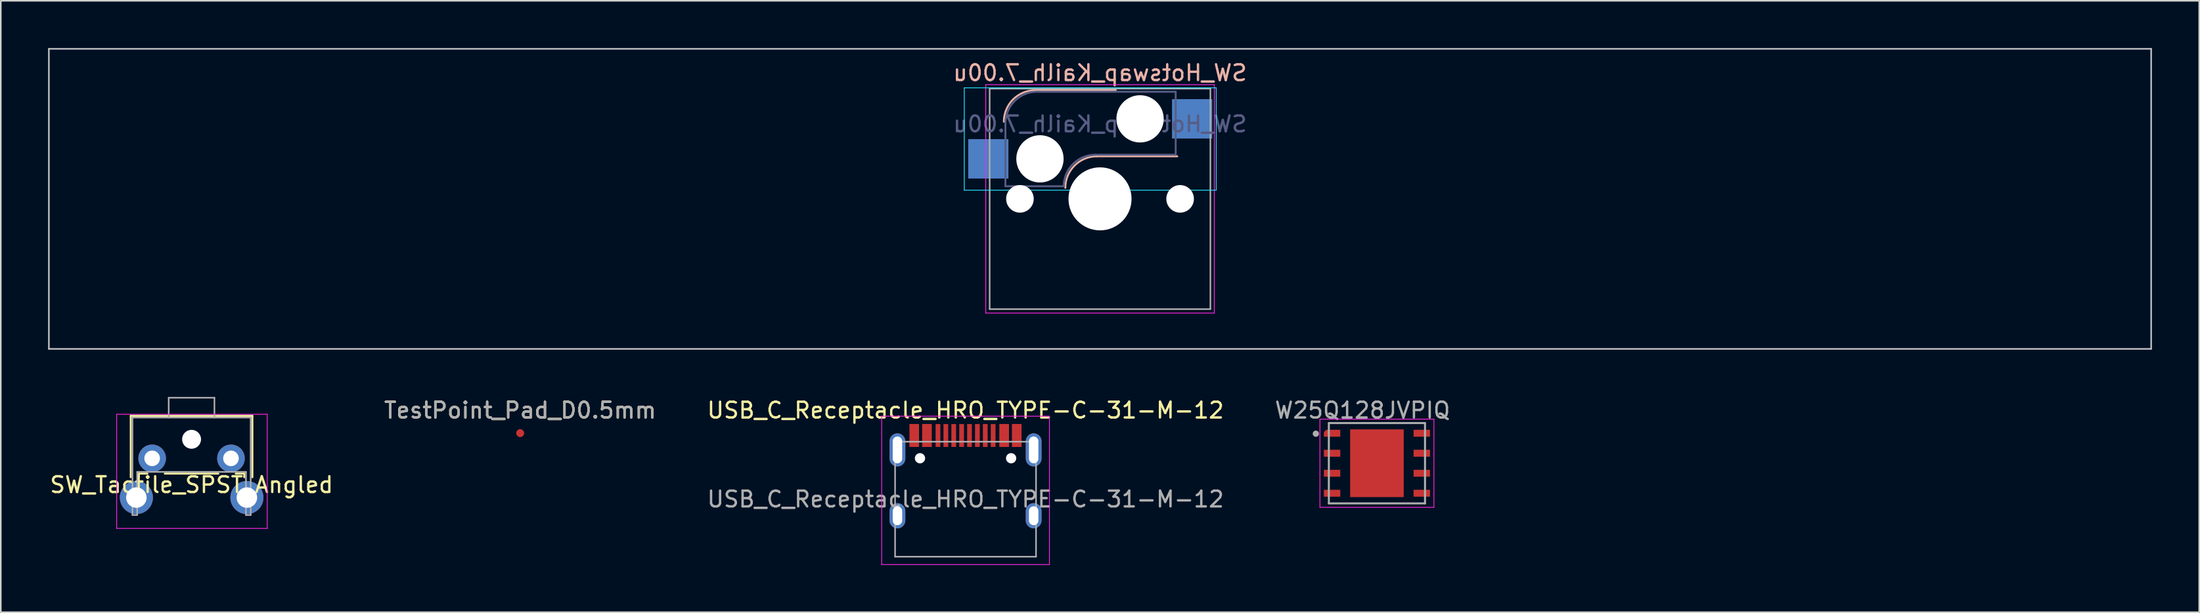
<source format=kicad_pcb>
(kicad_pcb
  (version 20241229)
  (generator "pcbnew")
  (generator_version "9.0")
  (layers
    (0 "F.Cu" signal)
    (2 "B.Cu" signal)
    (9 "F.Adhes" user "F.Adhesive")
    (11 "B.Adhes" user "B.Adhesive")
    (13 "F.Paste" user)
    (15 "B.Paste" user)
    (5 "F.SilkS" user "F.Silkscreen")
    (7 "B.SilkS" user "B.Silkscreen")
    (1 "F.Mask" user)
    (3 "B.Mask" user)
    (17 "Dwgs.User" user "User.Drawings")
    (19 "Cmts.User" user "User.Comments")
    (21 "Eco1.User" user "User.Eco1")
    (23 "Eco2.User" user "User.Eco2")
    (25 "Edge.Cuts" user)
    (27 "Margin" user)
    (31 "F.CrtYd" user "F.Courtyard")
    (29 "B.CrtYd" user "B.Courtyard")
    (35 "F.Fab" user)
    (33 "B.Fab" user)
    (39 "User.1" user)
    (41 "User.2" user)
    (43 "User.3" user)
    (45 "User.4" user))
  (footprint "TestPoint_Pad_D0.5mm"
    (layer "F.Cu")
    (at 29.946 24.448)
    (property "Reference" "TestPoint_Pad_D0.5mm" (at 0 -1.448 0) (layer "F.SilkS") (effects (font (size 1 1) (thickness 0.15))))
    (attr exclude_from_pos_files exclude_from_bom)
    (fp_text user "${REFERENCE}" (at 0 -1.45 0) (layer "F.Fab") (effects (font (size 1 1) (thickness 0.15))))
    (pad "1" smd circle (at 0 0) (size 0.5 0.5) (layers "F.Cu" "F.Mask")))
  (footprint "W25Q128JVPIQ"
    (layer "F.Cu")
    (at 84.29 26.36)
    (property "Reference" "W25Q128JVPIQ" (at -0.915 -3.362 0) (layer "F.Fab") (effects (font (size 1 1) (thickness 0.15))))
    (attr smd)
    (fp_poly (pts (xy -1.08 -1.36) (xy 1.08 -1.36) (xy 1.08 1.36) (xy -1.08 1.36)) (stroke (width 0.01) (type solid)) (fill yes) (layer "F.Paste"))
    (fp_line (start -3.615 -2.8) (end -3.615 2.8) (stroke (width 0.05) (type solid)) (layer "F.CrtYd"))
    (fp_line (start -3.615 -2.8) (end 3.615 -2.8) (stroke (width 0.05) (type solid)) (layer "F.CrtYd"))
    (fp_line (start -3.615 2.8) (end 3.615 2.8) (stroke (width 0.05) (type solid)) (layer "F.CrtYd"))
    (fp_line (start 3.615 -2.8) (end 3.615 2.8) (stroke (width 0.05) (type solid)) (layer "F.CrtYd"))
    (fp_line (start -3.05 -2.55) (end -3.05 2.55) (stroke (width 0.127) (type solid)) (layer "F.Fab"))
    (fp_line (start -3.05 -2.55) (end 3.05 -2.55) (stroke (width 0.127) (type solid)) (layer "F.Fab"))
    (fp_line (start -3.05 2.55) (end 3.05 2.55) (stroke (width 0.127) (type solid)) (layer "F.Fab"))
    (fp_line (start 3.05 -2.55) (end 3.05 2.55) (stroke (width 0.127) (type solid)) (layer "F.Fab"))
    (fp_circle (center -3.875 -1.875) (end -3.775 -1.875) (stroke (width 0.2) (type solid)) (fill no) (layer "F.Fab"))
    (pad "1" smd roundrect (at -2.845 -1.905) (size 1.04 0.44) (layers "F.Cu" "F.Mask" "F.Paste") (roundrect_rratio 0.06) (chamfer_ratio 0.35) (chamfer top_left))
    (pad "2" smd roundrect (at -2.845 -0.635) (size 1.04 0.44) (layers "F.Cu" "F.Mask" "F.Paste") (roundrect_rratio 0.06))
    (pad "3" smd roundrect (at -2.845 0.635) (size 1.04 0.44) (layers "F.Cu" "F.Mask" "F.Paste") (roundrect_rratio 0.06))
    (pad "4" smd roundrect (at -2.845 1.905) (size 1.04 0.44) (layers "F.Cu" "F.Mask" "F.Paste") (roundrect_rratio 0.06))
    (pad "5" smd roundrect (at 2.845 1.905) (size 1.04 0.44) (layers "F.Cu" "F.Mask" "F.Paste") (roundrect_rratio 0.06))
    (pad "6" smd roundrect (at 2.845 0.635) (size 1.04 0.44) (layers "F.Cu" "F.Mask" "F.Paste") (roundrect_rratio 0.06))
    (pad "7" smd roundrect (at 2.845 -0.635) (size 1.04 0.44) (layers "F.Cu" "F.Mask" "F.Paste") (roundrect_rratio 0.06))
    (pad "8" smd roundrect (at 2.845 -1.905) (size 1.04 0.44) (layers "F.Cu" "F.Mask" "F.Paste") (roundrect_rratio 0.06))
    (pad "9" smd rect (at 0 0) (size 3.4 4.3) (layers "F.Cu" "F.Mask")))
  (footprint "USB_C_Receptacle_HRO_TYPE-C-31-M-12"
    (layer "F.Cu")
    (at 58.196 28.643)
    (property "Reference" "USB_C_Receptacle_HRO_TYPE-C-31-M-12" (at 0 -5.645 180) (layer "F.SilkS") (effects (font (size 1 1) (thickness 0.15))))
    (attr smd)
    (fp_line (start -5.32 -5.27) (end -5.32 4.15) (stroke (width 0.05) (type solid)) (layer "F.CrtYd"))
    (fp_line (start -5.32 -5.27) (end 5.32 -5.27) (stroke (width 0.05) (type solid)) (layer "F.CrtYd"))
    (fp_line (start -5.32 4.15) (end 5.32 4.15) (stroke (width 0.05) (type solid)) (layer "F.CrtYd"))
    (fp_line (start 5.32 -5.27) (end 5.32 4.15) (stroke (width 0.05) (type solid)) (layer "F.CrtYd"))
    (fp_line (start -4.47 -3.65) (end -4.47 3.65) (stroke (width 0.1) (type solid)) (layer "F.Fab"))
    (fp_line (start -4.47 -3.65) (end 4.47 -3.65) (stroke (width 0.1) (type solid)) (layer "F.Fab"))
    (fp_line (start -4.47 3.65) (end 4.47 3.65) (stroke (width 0.1) (type solid)) (layer "F.Fab"))
    (fp_line (start 4.47 -3.65) (end 4.47 3.65) (stroke (width 0.1) (type solid)) (layer "F.Fab"))
    (fp_text user "${REFERENCE}" (at 0 0 180) (layer "F.Fab") (effects (font (size 1 1) (thickness 0.15))))
    (pad "" np_thru_hole circle (at -2.89 -2.6) (size 0.65 0.65) (drill 0.65) (layers "*.Cu" "*.Mask"))
    (pad "" np_thru_hole circle (at 2.89 -2.6) (size 0.65 0.65) (drill 0.65) (layers "*.Cu" "*.Mask"))
    (pad "A1" smd rect (at -3.25 -4.045) (size 0.6 1.45) (layers "F.Cu" "F.Mask" "F.Paste"))
    (pad "A4" smd rect (at -2.45 -4.045) (size 0.6 1.45) (layers "F.Cu" "F.Mask" "F.Paste"))
    (pad "A5" smd rect (at -1.25 -4.045) (size 0.3 1.45) (layers "F.Cu" "F.Mask" "F.Paste"))
    (pad "A6" smd rect (at -0.25 -4.045) (size 0.3 1.45) (layers "F.Cu" "F.Mask" "F.Paste"))
    (pad "A7" smd rect (at 0.25 -4.045) (size 0.3 1.45) (layers "F.Cu" "F.Mask" "F.Paste"))
    (pad "A8" smd rect (at 1.25 -4.045) (size 0.3 1.45) (layers "F.Cu" "F.Mask" "F.Paste"))
    (pad "A9" smd rect (at 2.45 -4.045) (size 0.6 1.45) (layers "F.Cu" "F.Mask" "F.Paste"))
    (pad "A12" smd rect (at 3.25 -4.045) (size 0.6 1.45) (layers "F.Cu" "F.Mask" "F.Paste"))
    (pad "B1" smd rect (at 3.25 -4.045) (size 0.6 1.45) (layers "F.Cu" "F.Mask" "F.Paste"))
    (pad "B4" smd rect (at 2.45 -4.045) (size 0.6 1.45) (layers "F.Cu" "F.Mask" "F.Paste"))
    (pad "B5" smd rect (at 1.75 -4.045) (size 0.3 1.45) (layers "F.Cu" "F.Mask" "F.Paste"))
    (pad "B6" smd rect (at 0.75 -4.045) (size 0.3 1.45) (layers "F.Cu" "F.Mask" "F.Paste"))
    (pad "B7" smd rect (at -0.75 -4.045) (size 0.3 1.45) (layers "F.Cu" "F.Mask" "F.Paste"))
    (pad "B8" smd rect (at -1.75 -4.045) (size 0.3 1.45) (layers "F.Cu" "F.Mask" "F.Paste"))
    (pad "B9" smd rect (at -2.45 -4.045) (size 0.6 1.45) (layers "F.Cu" "F.Mask" "F.Paste"))
    (pad "B12" smd rect (at -3.25 -4.045) (size 0.6 1.45) (layers "F.Cu" "F.Mask" "F.Paste"))
    (pad "S1" thru_hole oval (at 4.32 1.05) (size 1 1.6) (drill oval 0.6 1.2) (layers "*.Cu" "*.Mask"))
    (pad "S2" thru_hole oval (at 4.32 -3.13) (size 1 2.1) (drill oval 0.6 1.7) (layers "*.Cu" "*.Mask"))
    (pad "S3" thru_hole oval (at -4.32 -3.13) (size 1 2.1) (drill oval 0.6 1.7) (layers "*.Cu" "*.Mask"))
    (pad "S4" thru_hole oval (at -4.32 1.05) (size 1 1.6) (drill oval 0.6 1.2) (layers "*.Cu" "*.Mask")))
  (footprint "SW_Hotswap_Kailh_7.00u"
    (layer "F.Cu")
    (at 66.725 9.575)
    (property "Reference" "SW_Hotswap_Kailh_7.00u" (at 0 -8 0) (layer "B.SilkS") (effects (font (size 1 1) (thickness 0.15)) (justify mirror)))
    (attr smd)
    (fp_line (start -4.1 -6.9) (end 1 -6.9) (stroke (width 0.12) (type solid)) (layer "B.SilkS"))
    (fp_line (start -0.2 -2.7) (end 4.9 -2.7) (stroke (width 0.12) (type solid)) (layer "B.SilkS"))
    (fp_arc (start -6.1 -4.9) (mid -5.514214 -6.314214) (end -4.1 -6.9) (stroke (width 0.12) (type solid)) (layer "B.SilkS"))
    (fp_arc (start -2.2 -0.7) (mid -1.614214 -2.114214) (end -0.2 -2.7) (stroke (width 0.12) (type solid)) (layer "B.SilkS"))
    (fp_line (start -66.675 -9.525) (end -66.675 9.525) (stroke (width 0.1) (type solid)) (layer "Dwgs.User"))
    (fp_line (start -66.675 9.525) (end 66.675 9.525) (stroke (width 0.1) (type solid)) (layer "Dwgs.User"))
    (fp_line (start 66.675 -9.525) (end -66.675 -9.525) (stroke (width 0.1) (type solid)) (layer "Dwgs.User"))
    (fp_line (start 66.675 9.525) (end 66.675 -9.525) (stroke (width 0.1) (type solid)) (layer "Dwgs.User"))
    (fp_line (start -8.61 -7.05) (end -8.61 -0.55) (stroke (width 0.05) (type solid)) (layer "B.CrtYd"))
    (fp_line (start -8.61 -0.55) (end 7.37 -0.55) (stroke (width 0.05) (type solid)) (layer "B.CrtYd"))
    (fp_line (start 7.37 -7.05) (end -8.61 -7.05) (stroke (width 0.05) (type solid)) (layer "B.CrtYd"))
    (fp_line (start 7.37 -0.55) (end 7.37 -7.05) (stroke (width 0.05) (type solid)) (layer "B.CrtYd"))
    (fp_line (start -7.25 -7.25) (end -7.25 7.25) (stroke (width 0.05) (type solid)) (layer "F.CrtYd"))
    (fp_line (start -7.25 7.25) (end 7.25 7.25) (stroke (width 0.05) (type solid)) (layer "F.CrtYd"))
    (fp_line (start 7.25 -7.25) (end -7.25 -7.25) (stroke (width 0.05) (type solid)) (layer "F.CrtYd"))
    (fp_line (start 7.25 7.25) (end 7.25 -7.25) (stroke (width 0.05) (type solid)) (layer "F.CrtYd"))
    (fp_line (start -6 -0.8) (end -6 -4.8) (stroke (width 0.12) (type solid)) (layer "B.Fab"))
    (fp_line (start -6 -0.8) (end -2.3 -0.8) (stroke (width 0.12) (type solid)) (layer "B.Fab"))
    (fp_line (start -4 -6.8) (end 4.8 -6.8) (stroke (width 0.12) (type solid)) (layer "B.Fab"))
    (fp_line (start -0.3 -2.8) (end 4.8 -2.8) (stroke (width 0.12) (type solid)) (layer "B.Fab"))
    (fp_line (start 4.8 -6.8) (end 4.8 -2.8) (stroke (width 0.12) (type solid)) (layer "B.Fab"))
    (fp_arc (start -6 -4.8) (mid -5.414214 -6.214214) (end -4 -6.8) (stroke (width 0.12) (type solid)) (layer "B.Fab"))
    (fp_arc (start -2.3 -0.8) (mid -1.714214 -2.214214) (end -0.3 -2.8) (stroke (width 0.12) (type solid)) (layer "B.Fab"))
    (fp_line (start -7 -7) (end -7 7) (stroke (width 0.1) (type solid)) (layer "F.Fab"))
    (fp_line (start -7 7) (end 7 7) (stroke (width 0.1) (type solid)) (layer "F.Fab"))
    (fp_line (start 7 -7) (end -7 -7) (stroke (width 0.1) (type solid)) (layer "F.Fab"))
    (fp_line (start 7 7) (end 7 -7) (stroke (width 0.1) (type solid)) (layer "F.Fab"))
    (fp_text user "${REFERENCE}" (at 0 -4.75 0) (layer "B.Fab") (effects (font (size 1 1) (thickness 0.15)) (justify mirror)))
    (pad "" np_thru_hole circle (at -5.08 0) (size 1.75 1.75) (drill 1.75) (layers "*.Cu" "*.Mask"))
    (pad "" np_thru_hole circle (at -3.81 -2.54) (size 3 3) (drill 3) (layers "*.Cu" "*.Mask"))
    (pad "" np_thru_hole circle (at 0 0) (size 4 4) (drill 4) (layers "*.Cu" "*.Mask"))
    (pad "" np_thru_hole circle (at 2.54 -5.08) (size 3 3) (drill 3) (layers "*.Cu" "*.Mask"))
    (pad "" np_thru_hole circle (at 5.08 0) (size 1.75 1.75) (drill 1.75) (layers "*.Cu" "*.Mask"))
    (pad "1" smd rect (at -7.085 -2.54) (size 2.55 2.5) (layers "B.Cu" "B.Mask" "B.Paste"))
    (pad "2" smd rect (at 5.842 -5.08) (size 2.55 2.5) (layers "B.Cu" "B.Mask" "B.Paste")))
  (footprint "SW_Tactile_SPST_Angled"
    (layer "F.Cu")
    (at 6.601 26.05)
    (property "Reference" "SW_Tactile_SPST_Angled" (at 2.5 1.68 0) (layer "F.SilkS") (effects (font (size 1 1) (thickness 0.15))))
    (attr through_hole)
    (fp_line (start -1.36 -2.7) (end -1.36 1.2) (stroke (width 0.12) (type solid)) (layer "F.SilkS"))
    (fp_line (start -1.36 -2.7) (end 6.36 -2.7) (stroke (width 0.12) (type solid)) (layer "F.SilkS"))
    (fp_line (start -0.84 0.97) (end -0.84 1.2) (stroke (width 0.12) (type solid)) (layer "F.SilkS"))
    (fp_line (start -0.84 0.97) (end -0.3 0.97) (stroke (width 0.12) (type solid)) (layer "F.SilkS"))
    (fp_line (start 0.8 0.97) (end 4.2 0.97) (stroke (width 0.12) (type solid)) (layer "F.SilkS"))
    (fp_line (start 5.3 0.97) (end 5.84 0.97) (stroke (width 0.12) (type solid)) (layer "F.SilkS"))
    (fp_line (start 5.84 0.97) (end 5.84 1.2) (stroke (width 0.12) (type solid)) (layer "F.SilkS"))
    (fp_line (start 6.36 -2.7) (end 6.36 1.2) (stroke (width 0.12) (type solid)) (layer "F.SilkS"))
    (fp_line (start -2.25 -2.8) (end 7.3 -2.8) (stroke (width 0.05) (type solid)) (layer "F.CrtYd"))
    (fp_line (start -2.25 4.45) (end -2.25 -2.8) (stroke (width 0.05) (type solid)) (layer "F.CrtYd"))
    (fp_line (start 7.3 -2.8) (end 7.3 4.45) (stroke (width 0.05) (type solid)) (layer "F.CrtYd"))
    (fp_line (start 7.3 4.45) (end -2.25 4.45) (stroke (width 0.05) (type solid)) (layer "F.CrtYd"))
    (fp_line (start -1.25 -2.59) (end 6.25 -2.59) (stroke (width 0.1) (type solid)) (layer "F.Fab"))
    (fp_line (start -1.25 3.6) (end -1.25 -2.59) (stroke (width 0.1) (type solid)) (layer "F.Fab"))
    (fp_line (start -1.25 3.6) (end -0.95 3.6) (stroke (width 0.1) (type solid)) (layer "F.Fab"))
    (fp_line (start -0.95 0.86) (end 5.95 0.86) (stroke (width 0.1) (type solid)) (layer "F.Fab"))
    (fp_line (start -0.95 3.6) (end -0.95 0.86) (stroke (width 0.1) (type solid)) (layer "F.Fab"))
    (fp_line (start 1.05 -3.85) (end 1.05 -2.59) (stroke (width 0.1) (type solid)) (layer "F.Fab"))
    (fp_line (start 1.05 -3.85) (end 3.95 -3.85) (stroke (width 0.1) (type solid)) (layer "F.Fab"))
    (fp_line (start 3.95 -3.85) (end 3.95 -2.59) (stroke (width 0.1) (type solid)) (layer "F.Fab"))
    (fp_line (start 5.95 3.6) (end 5.95 0.86) (stroke (width 0.1) (type solid)) (layer "F.Fab"))
    (fp_line (start 5.95 3.6) (end 6.25 3.6) (stroke (width 0.1) (type solid)) (layer "F.Fab"))
    (fp_line (start 6.25 3.6) (end 6.25 -2.59) (stroke (width 0.1) (type solid)) (layer "F.Fab"))
    (pad "" thru_hole circle (at -1 2.49) (size 2.1 2.1) (drill 1.3) (layers "*.Cu" "*.Mask"))
    (pad "" np_thru_hole circle (at 2.5 -1.21) (size 1.2 1.2) (drill 1.2) (layers "*.Cu" "*.Mask"))
    (pad "" thru_hole circle (at 6.01 2.49) (size 2.1 2.1) (drill 1.3) (layers "*.Cu" "*.Mask"))
    (pad "1" thru_hole circle (at 0 0) (size 1.75 1.75) (drill 0.99) (layers "*.Cu" "*.Mask"))
    (pad "2" thru_hole circle (at 5 0) (size 1.75 1.75) (drill 0.99) (layers "*.Cu" "*.Mask")))
  (gr_rect
    (start -3 -3)
    (end 136.45 35.818)
    (stroke (width 0.1) (type default))
    (fill no)
    (layer "Edge.Cuts")))
</source>
